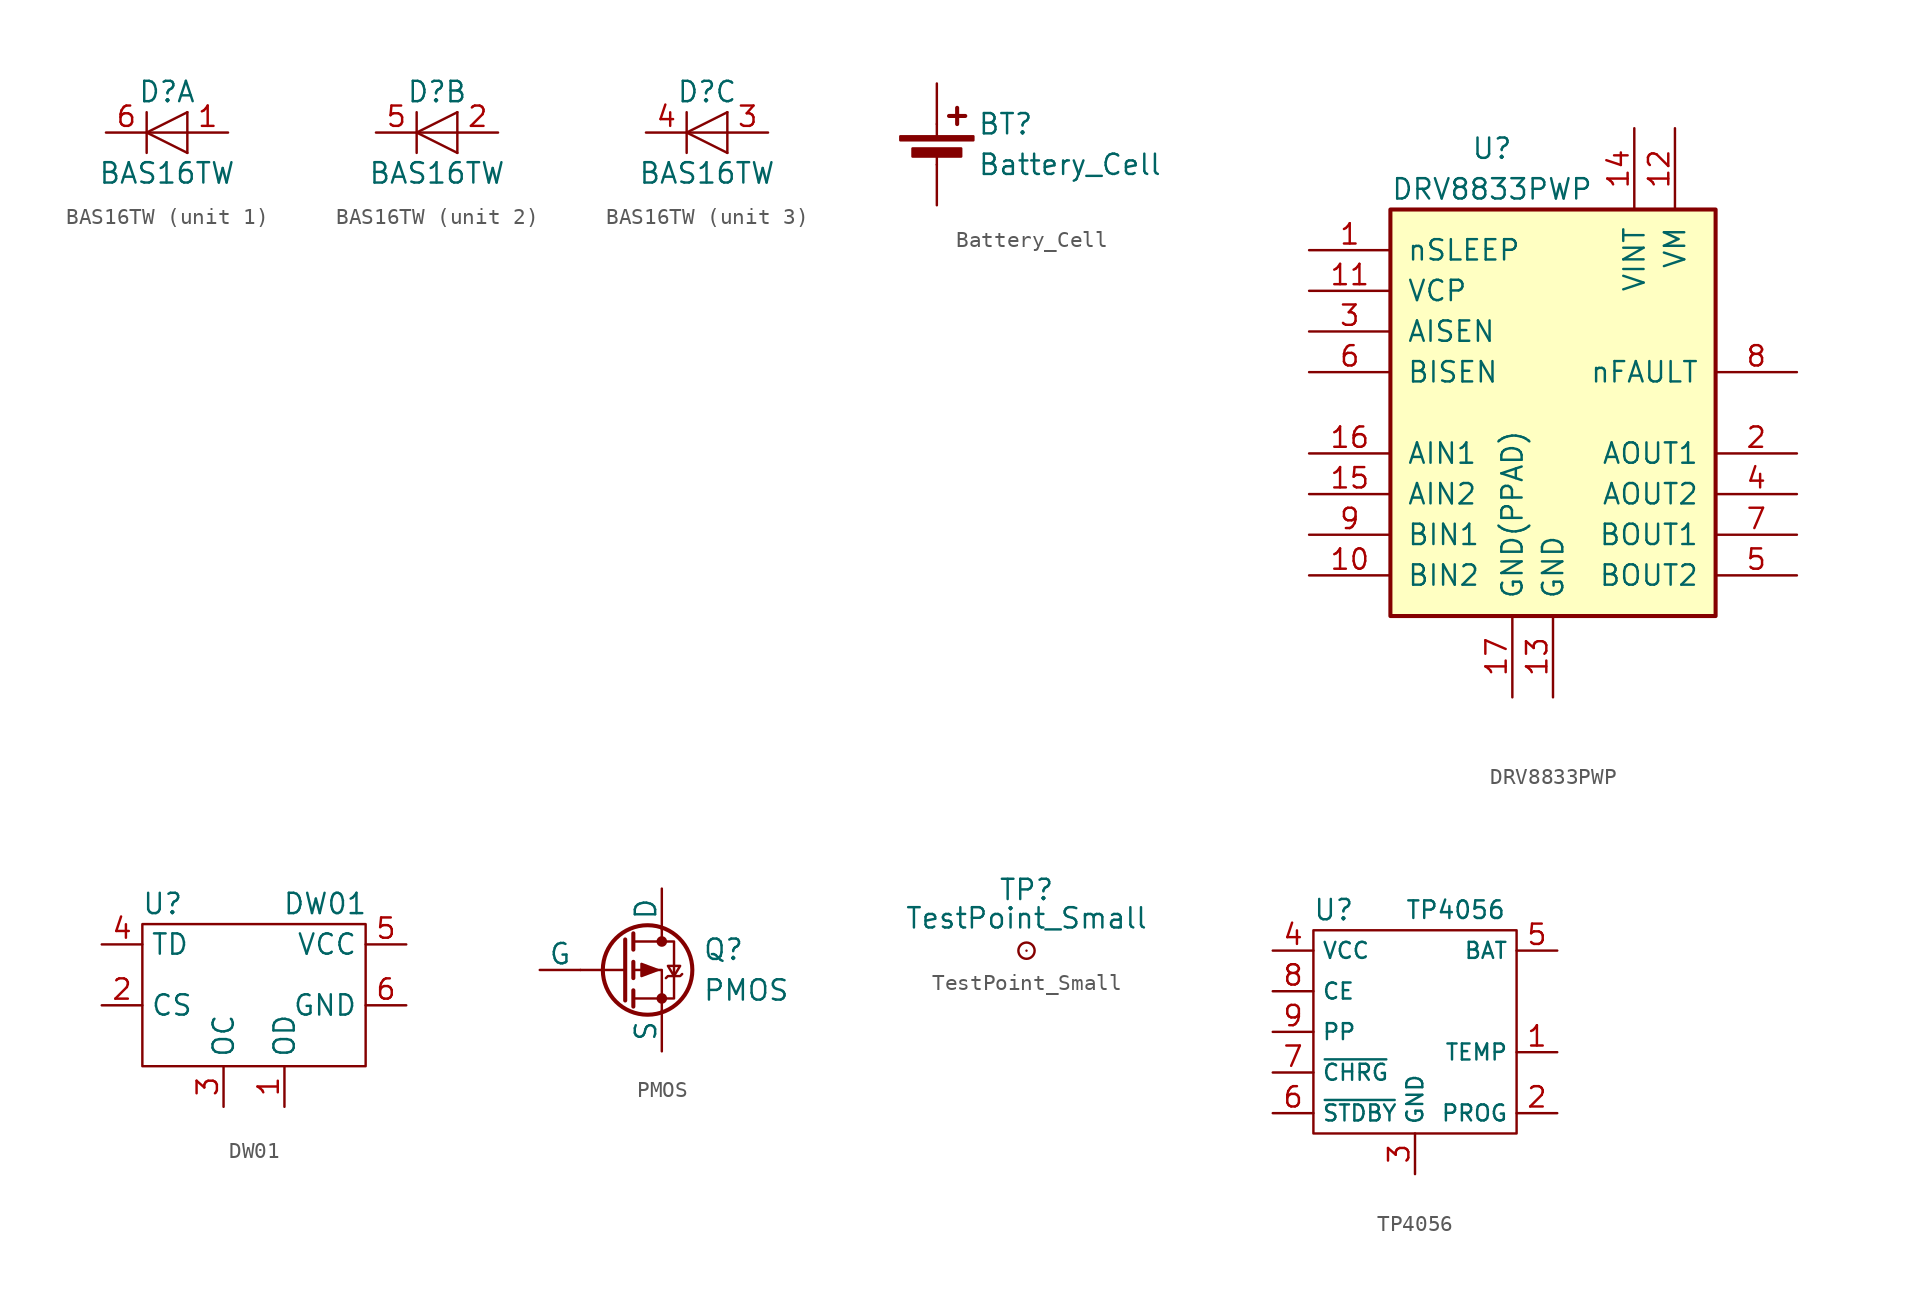
<source format=kicad_sym>
(kicad_symbol_lib
  (version 20220914)
  (generator kicad_symbol_editor)
  (symbol "BAS16TW"
    (pin_names
      (offset 1.016) hide)
    (property "Reference" "D"
      (at 0 2.54 0)
      (effects (font (size 1.27 1.27))))
    (property "Value" "BAS16TW"
      (at 0 -2.54 0)
      (effects (font (size 1.27 1.27))))
    (symbol "BAS16TW_0_1"
      (polyline (pts (xy -1.27 1.27) (xy -1.27 -1.27)) (stroke (width 0.152) (type default)) (fill (type none)))
      (polyline (pts (xy 1.27 0) (xy -1.27 0)) (stroke (width 0) (type default)) (fill (type none)))
      (polyline (pts (xy 1.27 1.27) (xy 1.27 -1.27)) (stroke (width 0) (type default)) (fill (type none)))
      (polyline (pts (xy 1.27 1.27) (xy -1.27 0) (xy 1.27 -1.27)) (stroke (width 0) (type default)) (fill (type none))))
    (symbol "BAS16TW_1_1"
      (pin passive line (at 3.81 0 180) (length 2.54) (name "A" (effects (font (size 1.27 1.27)))) (number "1" (effects (font (size 1.27 1.27)))))
      (pin passive line (at -3.81 0 0) (length 2.54) (name "K" (effects (font (size 1.27 1.27)))) (number "6" (effects (font (size 1.27 1.27))))))
    (symbol "BAS16TW_2_1"
      (pin passive line (at 3.81 0 180) (length 2.54) (name "A" (effects (font (size 1.27 1.27)))) (number "2" (effects (font (size 1.27 1.27)))))
      (pin passive line (at -3.81 0 0) (length 2.54) (name "K" (effects (font (size 1.27 1.27)))) (number "5" (effects (font (size 1.27 1.27))))))
    (symbol "BAS16TW_3_1"
      (pin passive line (at 3.81 0 180) (length 2.54) (name "A" (effects (font (size 1.27 1.27)))) (number "3" (effects (font (size 1.27 1.27)))))
      (pin passive line (at -3.81 0 0) (length 2.54) (name "K" (effects (font (size 1.27 1.27)))) (number "4" (effects (font (size 1.27 1.27)))))))
  (symbol "Battery_Cell"
    (pin_numbers hide)
    (pin_names
      (offset 0) hide)
    (property "Reference" "BT"
      (at 2.54 2.54 0)
      (effects (font (size 1.27 1.27)) (justify left)))
    (property "Value" "Battery_Cell"
      (at 2.54 0 0)
      (effects (font (size 1.27 1.27)) (justify left)))
    (symbol "Battery_Cell_0_1"
      (rectangle (start -2.286 1.778) (end 2.286 1.524) (stroke (width 0) (type default)) (fill (type outline)))
      (rectangle (start -1.524 1.016) (end 1.524 0.508) (stroke (width 0) (type default)) (fill (type outline)))
      (polyline (pts (xy 0 0.762) (xy 0 0)) (stroke (width 0) (type default)) (fill (type none)))
      (polyline (pts (xy 0 1.778) (xy 0 2.54)) (stroke (width 0) (type default)) (fill (type none)))
      (polyline (pts (xy 0.762 3.048) (xy 1.778 3.048)) (stroke (width 0.254) (type default)) (fill (type none)))
      (polyline (pts (xy 1.27 3.556) (xy 1.27 2.54)) (stroke (width 0.254) (type default)) (fill (type none))))
    (symbol "Battery_Cell_1_1"
      (pin passive line (at 0 5.08 270) (length 2.54) (name "+" (effects (font (size 1.27 1.27)))) (number "1" (effects (font (size 1.27 1.27)))))
      (pin passive line (at 0 -2.54 90) (length 2.54) (name "-" (effects (font (size 1.27 1.27)))) (number "2" (effects (font (size 1.27 1.27)))))))
  (symbol "DRV8833PWP"
    (pin_names
      (offset 1.016))
    (property "Reference" "U"
      (at -3.81 16.51 0)
      (effects (font (size 1.27 1.27))))
    (property "Value" "DRV8833PWP"
      (at -3.81 13.97 0)
      (effects (font (size 1.27 1.27))))
    (symbol "DRV8833PWP_0_1"
      (rectangle (start -10.16 12.7) (end 10.16 -12.7) (stroke (width 0.254) (type default)) (fill (type background))))
    (symbol "DRV8833PWP_1_1"
      (pin input line (at -15.24 10.16 0) (length 5.08) (name "nSLEEP" (effects (font (size 1.27 1.27)))) (number "1" (effects (font (size 1.27 1.27)))))
      (pin input line (at -15.24 -10.16 0) (length 5.08) (name "BIN2" (effects (font (size 1.27 1.27)))) (number "10" (effects (font (size 1.27 1.27)))))
      (pin bidirectional line (at -15.24 7.62 0) (length 5.08) (name "VCP" (effects (font (size 1.27 1.27)))) (number "11" (effects (font (size 1.27 1.27)))))
      (pin power_in line (at 7.62 17.78 270) (length 5.08) (name "VM" (effects (font (size 1.27 1.27)))) (number "12" (effects (font (size 1.27 1.27)))))
      (pin power_in line (at 0 -17.78 90) (length 5.08) (name "GND" (effects (font (size 1.27 1.27)))) (number "13" (effects (font (size 1.27 1.27)))))
      (pin power_in line (at 5.08 17.78 270) (length 5.08) (name "VINT" (effects (font (size 1.27 1.27)))) (number "14" (effects (font (size 1.27 1.27)))))
      (pin input line (at -15.24 -5.08 0) (length 5.08) (name "AIN2" (effects (font (size 1.27 1.27)))) (number "15" (effects (font (size 1.27 1.27)))))
      (pin input line (at -15.24 -2.54 0) (length 5.08) (name "AIN1" (effects (font (size 1.27 1.27)))) (number "16" (effects (font (size 1.27 1.27)))))
      (pin power_in line (at -2.54 -17.78 90) (length 5.08) (name "GND(PPAD)" (effects (font (size 1.27 1.27)))) (number "17" (effects (font (size 1.27 1.27)))))
      (pin power_out line (at 15.24 -2.54 180) (length 5.08) (name "AOUT1" (effects (font (size 1.27 1.27)))) (number "2" (effects (font (size 1.27 1.27)))))
      (pin bidirectional line (at -15.24 5.08 0) (length 5.08) (name "AISEN" (effects (font (size 1.27 1.27)))) (number "3" (effects (font (size 1.27 1.27)))))
      (pin power_out line (at 15.24 -5.08 180) (length 5.08) (name "AOUT2" (effects (font (size 1.27 1.27)))) (number "4" (effects (font (size 1.27 1.27)))))
      (pin power_out line (at 15.24 -10.16 180) (length 5.08) (name "BOUT2" (effects (font (size 1.27 1.27)))) (number "5" (effects (font (size 1.27 1.27)))))
      (pin bidirectional line (at -15.24 2.54 0) (length 5.08) (name "BISEN" (effects (font (size 1.27 1.27)))) (number "6" (effects (font (size 1.27 1.27)))))
      (pin power_out line (at 15.24 -7.62 180) (length 5.08) (name "BOUT1" (effects (font (size 1.27 1.27)))) (number "7" (effects (font (size 1.27 1.27)))))
      (pin open_collector line (at 15.24 2.54 180) (length 5.08) (name "nFAULT" (effects (font (size 1.27 1.27)))) (number "8" (effects (font (size 1.27 1.27)))))
      (pin input line (at -15.24 -7.62 0) (length 5.08) (name "BIN1" (effects (font (size 1.27 1.27)))) (number "9" (effects (font (size 1.27 1.27)))))))
  (symbol "DW01"
    (property "Reference" "U"
      (at 1.27 10.16 0)
      (effects (font (size 1.27 1.27))))
    (property "Value" "DW01"
      (at 11.43 10.16 0)
      (effects (font (size 1.27 1.27))))
    (symbol "DW01_0_1"
      (rectangle (start 0 8.89) (end 13.97 0) (stroke (width 0) (type default)) (fill (type none))))
    (symbol "DW01_1_1"
      (pin input line (at 8.89 -2.54 90) (length 2.54) (name "OD" (effects (font (size 1.27 1.27)))) (number "1" (effects (font (size 1.27 1.27)))))
      (pin input line (at -2.54 3.81 0) (length 2.54) (name "CS" (effects (font (size 1.27 1.27)))) (number "2" (effects (font (size 1.27 1.27)))))
      (pin input line (at 5.08 -2.54 90) (length 2.54) (name "OC" (effects (font (size 1.27 1.27)))) (number "3" (effects (font (size 1.27 1.27)))))
      (pin input line (at -2.54 7.62 0) (length 2.54) (name "TD" (effects (font (size 1.27 1.27)))) (number "4" (effects (font (size 1.27 1.27)))))
      (pin input line (at 16.51 7.62 180) (length 2.54) (name "VCC" (effects (font (size 1.27 1.27)))) (number "5" (effects (font (size 1.27 1.27)))))
      (pin input line (at 16.51 3.81 180) (length 2.54) (name "GND" (effects (font (size 1.27 1.27)))) (number "6" (effects (font (size 1.27 1.27)))))))
  (symbol "PMOS"
    (pin_numbers hide)
    (pin_names
      (offset 0))
    (property "Reference" "Q"
      (at 5.08 1.27 0)
      (effects (font (size 1.27 1.27)) (justify left)))
    (property "Value" "PMOS"
      (at 5.08 -1.27 0)
      (effects (font (size 1.27 1.27)) (justify left)))
    (symbol "PMOS_0_1"
      (polyline (pts (xy 0.254 0) (xy -2.54 0)) (stroke (width 0) (type default)) (fill (type none)))
      (polyline (pts (xy 0.254 1.905) (xy 0.254 -1.905)) (stroke (width 0.254) (type default)) (fill (type none)))
      (polyline (pts (xy 0.762 -1.27) (xy 0.762 -2.286)) (stroke (width 0.254) (type default)) (fill (type none)))
      (polyline (pts (xy 0.762 0.508) (xy 0.762 -0.508)) (stroke (width 0.254) (type default)) (fill (type none)))
      (polyline (pts (xy 0.762 2.286) (xy 0.762 1.27)) (stroke (width 0.254) (type default)) (fill (type none)))
      (polyline (pts (xy 2.54 2.54) (xy 2.54 1.778)) (stroke (width 0) (type default)) (fill (type none)))
      (polyline (pts (xy 2.54 -2.54) (xy 2.54 0) (xy 0.762 0)) (stroke (width 0) (type default)) (fill (type none)))
      (polyline (pts (xy 0.762 1.778) (xy 3.302 1.778) (xy 3.302 -1.778) (xy 0.762 -1.778)) (stroke (width 0) (type default)) (fill (type none)))
      (polyline (pts (xy 2.286 0) (xy 1.27 0.381) (xy 1.27 -0.381) (xy 2.286 0)) (stroke (width 0) (type default)) (fill (type outline)))
      (polyline (pts (xy 2.794 -0.508) (xy 2.921 -0.381) (xy 3.683 -0.381) (xy 3.81 -0.254)) (stroke (width 0) (type default)) (fill (type none)))
      (polyline (pts (xy 3.302 -0.381) (xy 2.921 0.254) (xy 3.683 0.254) (xy 3.302 -0.381)) (stroke (width 0) (type default)) (fill (type none)))
      (circle (center 1.651 0) (radius 2.794) (stroke (width 0.254) (type default)) (fill (type none)))
      (circle (center 2.54 -1.778) (radius 0.254) (stroke (width 0) (type default)) (fill (type outline)))
      (circle (center 2.54 1.778) (radius 0.254) (stroke (width 0) (type default)) (fill (type outline))))
    (symbol "PMOS_1_1"
      (pin passive line (at 2.54 5.08 270) (length 2.54) (name "D" (effects (font (size 1.27 1.27)))) (number "1" (effects (font (size 1.27 1.27)))))
      (pin input line (at -5.08 0 0) (length 2.54) (name "G" (effects (font (size 1.27 1.27)))) (number "2" (effects (font (size 1.27 1.27)))))
      (pin passive line (at 2.54 -5.08 90) (length 2.54) (name "S" (effects (font (size 1.27 1.27)))) (number "3" (effects (font (size 1.27 1.27)))))))
  (symbol "TestPoint_Small"
    (pin_numbers hide)
    (pin_names
      (offset 0.762) hide)
    (property "Reference" "TP"
      (at 0 3.81 0)
      (effects (font (size 1.27 1.27))))
    (property "Value" "TestPoint_Small"
      (at 0 2.032 0)
      (effects (font (size 1.27 1.27))))
    (symbol "TestPoint_Small_0_1"
      (circle (center 0 0) (radius 0.508) (stroke (width 0) (type default)) (fill (type none))))
    (symbol "TestPoint_Small_1_1"
      (pin passive line (at 0 0 90) (length 0) (name "1" (effects (font (size 1.27 1.27)))) (number "1" (effects (font (size 1.27 1.27)))))))
  (symbol "TP4056"
    (property "Reference" "U"
      (at 1.27 13.97 0)
      (effects (font (size 1.27 1.27))))
    (property "Value" "TP4056"
      (at 8.89 13.97 0)
      (effects (font (size 1.1 1.1))))
    (symbol "TP4056_0_1"
      (rectangle (start 0 12.7) (end 12.7 0) (stroke (width 0) (type default)) (fill (type none))))
    (symbol "TP4056_1_1"
      (pin input line (at 15.24 5.08 180) (length 2.54) (name "TEMP" (effects (font (size 1 1)))) (number "1" (effects (font (size 1.27 1.27)))))
      (pin input line (at 15.24 1.27 180) (length 2.54) (name "PROG" (effects (font (size 1 1)))) (number "2" (effects (font (size 1.27 1.27)))))
      (pin input line (at 6.35 -2.54 90) (length 2.54) (name "GND" (effects (font (size 1 1)))) (number "3" (effects (font (size 1.27 1.27)))))
      (pin input line (at -2.54 11.43 0) (length 2.54) (name "VCC" (effects (font (size 1 1)))) (number "4" (effects (font (size 1.27 1.27)))))
      (pin input line (at 15.24 11.43 180) (length 2.54) (name "BAT" (effects (font (size 1 1)))) (number "5" (effects (font (size 1.27 1.27)))))
      (pin input line (at -2.54 1.27 0) (length 2.54) (name "~{STDBY}" (effects (font (size 1 1)))) (number "6" (effects (font (size 1.27 1.27)))))
      (pin input line (at -2.54 3.81 0) (length 2.54) (name "~{CHRG}" (effects (font (size 1 1)))) (number "7" (effects (font (size 1.27 1.27)))))
      (pin input line (at -2.54 8.89 0) (length 2.54) (name "CE" (effects (font (size 1 1)))) (number "8" (effects (font (size 1.27 1.27)))))
      (pin input line (at -2.54 6.35 0) (length 2.54) (name "PP" (effects (font (size 1 1)))) (number "9" (effects (font (size 1.27 1.27))))))))
</source>
